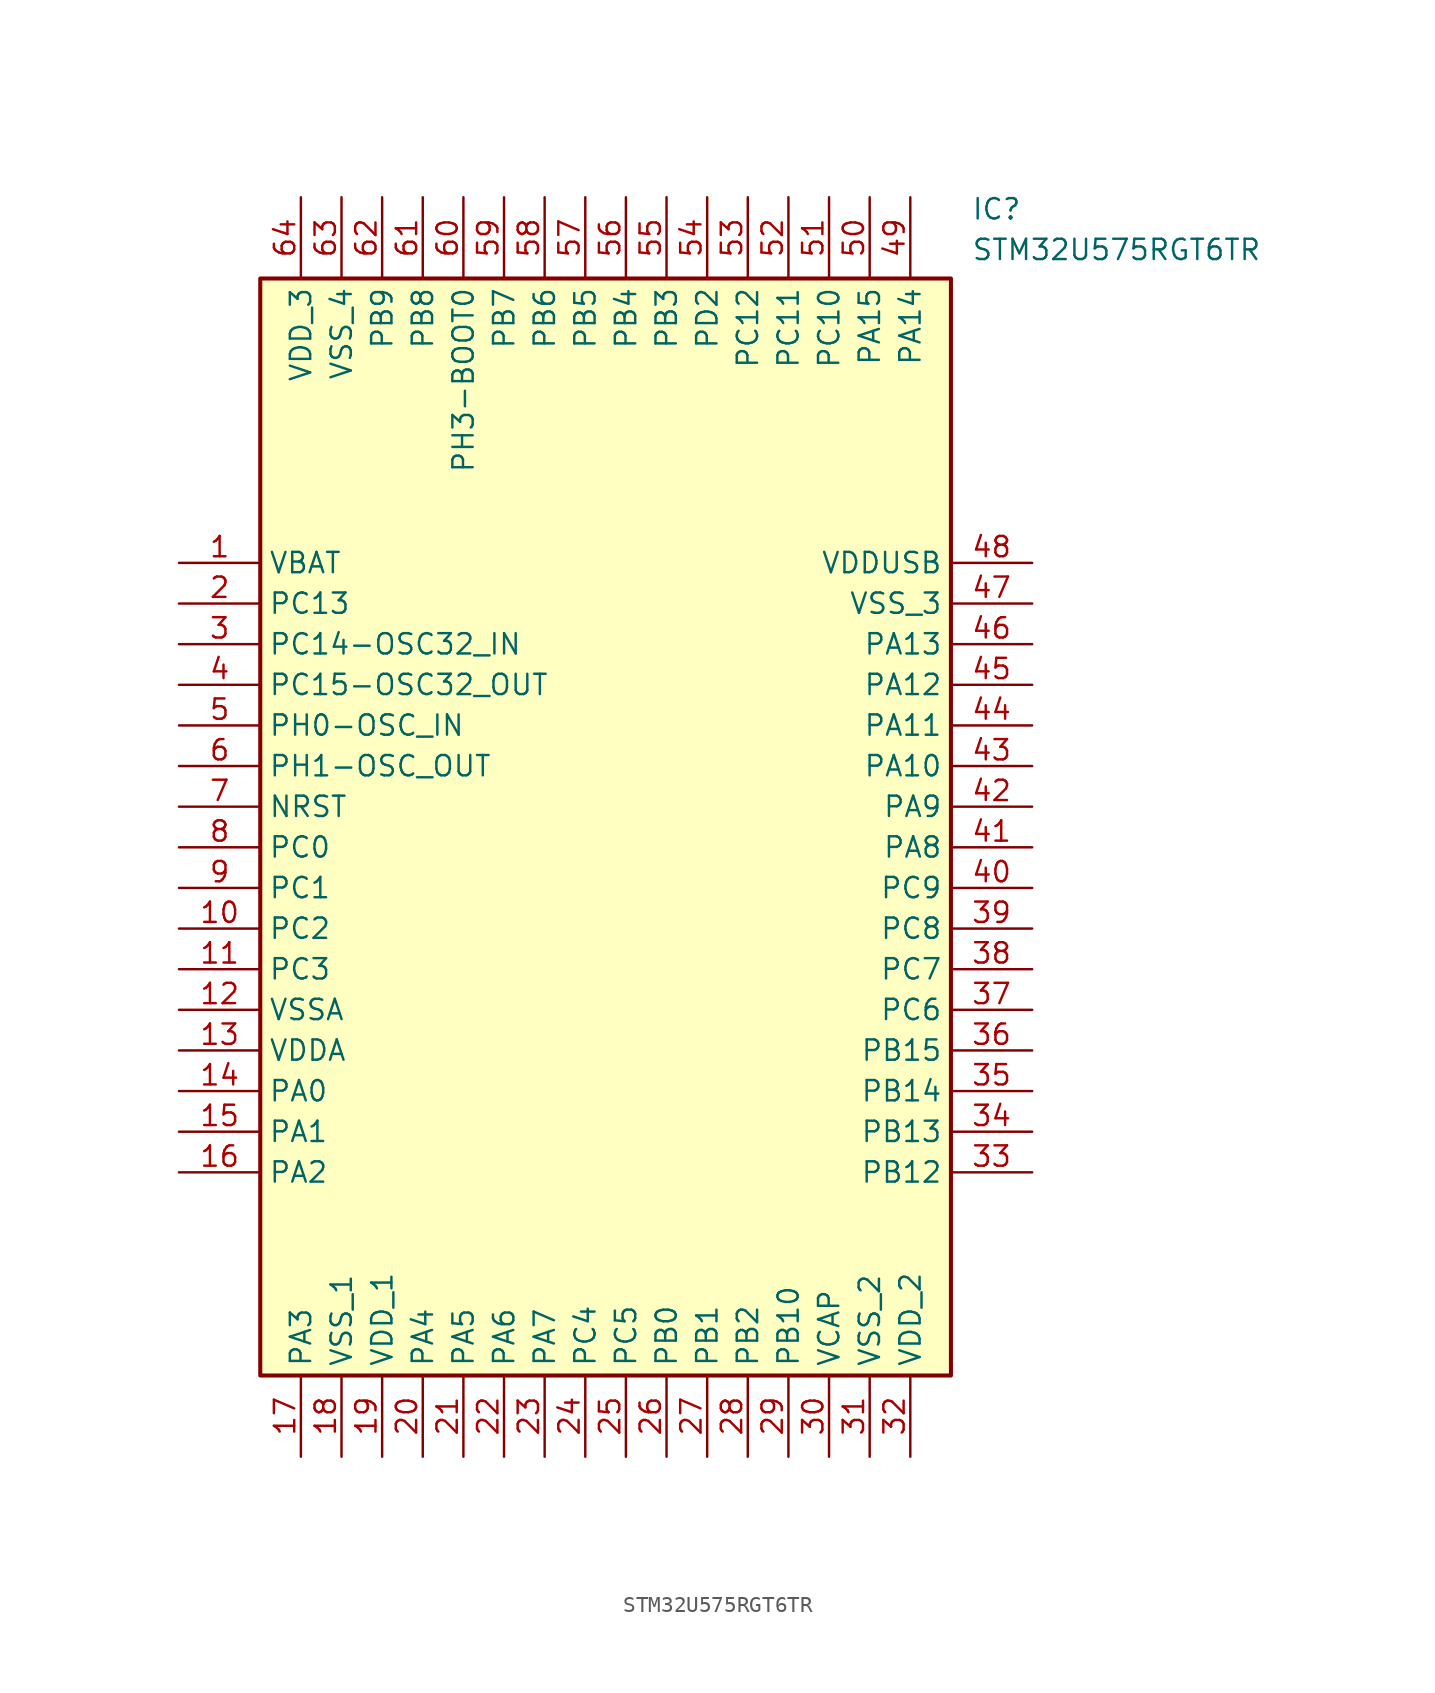
<source format=kicad_sym>
(kicad_symbol_lib
  (version 20211014)
  (generator SamacSys_ECAD_Model)
  (symbol "STM32U575RGT6TR"
    (property "Reference" "IC"
      (at 49.53 22.86 0)
      (effects (font (size 1.27 1.27)) (justify left top)))
    (property "Value" "STM32U575RGT6TR"
      (at 49.53 20.32 0)
      (effects (font (size 1.27 1.27)) (justify left top)))
    (rectangle
      (start 5.08 17.78)
      (end 48.26 -50.8)
      (stroke (width 0.254) (type default))
      (fill (type background)))
    (pin passive line
      (at 0 0 0)
      (length 5.08)
      (name "VBAT" (effects (font (size 1.27 1.27))))
      (number "1" (effects (font (size 1.27 1.27)))))
    (pin passive line
      (at 0 -2.54 0)
      (length 5.08)
      (name "PC13" (effects (font (size 1.27 1.27))))
      (number "2" (effects (font (size 1.27 1.27)))))
    (pin passive line
      (at 0 -5.08 0)
      (length 5.08)
      (name "PC14-OSC32_IN" (effects (font (size 1.27 1.27))))
      (number "3" (effects (font (size 1.27 1.27)))))
    (pin passive line
      (at 0 -7.62 0)
      (length 5.08)
      (name "PC15-OSC32_OUT" (effects (font (size 1.27 1.27))))
      (number "4" (effects (font (size 1.27 1.27)))))
    (pin passive line
      (at 0 -10.16 0)
      (length 5.08)
      (name "PH0-OSC_IN" (effects (font (size 1.27 1.27))))
      (number "5" (effects (font (size 1.27 1.27)))))
    (pin passive line
      (at 0 -12.7 0)
      (length 5.08)
      (name "PH1-OSC_OUT" (effects (font (size 1.27 1.27))))
      (number "6" (effects (font (size 1.27 1.27)))))
    (pin passive line
      (at 0 -15.24 0)
      (length 5.08)
      (name "NRST" (effects (font (size 1.27 1.27))))
      (number "7" (effects (font (size 1.27 1.27)))))
    (pin passive line
      (at 0 -17.78 0)
      (length 5.08)
      (name "PC0" (effects (font (size 1.27 1.27))))
      (number "8" (effects (font (size 1.27 1.27)))))
    (pin passive line
      (at 0 -20.32 0)
      (length 5.08)
      (name "PC1" (effects (font (size 1.27 1.27))))
      (number "9" (effects (font (size 1.27 1.27)))))
    (pin passive line
      (at 0 -22.86 0)
      (length 5.08)
      (name "PC2" (effects (font (size 1.27 1.27))))
      (number "10" (effects (font (size 1.27 1.27)))))
    (pin passive line
      (at 0 -25.4 0)
      (length 5.08)
      (name "PC3" (effects (font (size 1.27 1.27))))
      (number "11" (effects (font (size 1.27 1.27)))))
    (pin passive line
      (at 0 -27.94 0)
      (length 5.08)
      (name "VSSA" (effects (font (size 1.27 1.27))))
      (number "12" (effects (font (size 1.27 1.27)))))
    (pin passive line
      (at 0 -30.48 0)
      (length 5.08)
      (name "VDDA" (effects (font (size 1.27 1.27))))
      (number "13" (effects (font (size 1.27 1.27)))))
    (pin passive line
      (at 0 -33.02 0)
      (length 5.08)
      (name "PA0" (effects (font (size 1.27 1.27))))
      (number "14" (effects (font (size 1.27 1.27)))))
    (pin passive line
      (at 0 -35.56 0)
      (length 5.08)
      (name "PA1" (effects (font (size 1.27 1.27))))
      (number "15" (effects (font (size 1.27 1.27)))))
    (pin passive line
      (at 0 -38.1 0)
      (length 5.08)
      (name "PA2" (effects (font (size 1.27 1.27))))
      (number "16" (effects (font (size 1.27 1.27)))))
    (pin passive line
      (at 7.62 -55.88 90)
      (length 5.08)
      (name "PA3" (effects (font (size 1.27 1.27))))
      (number "17" (effects (font (size 1.27 1.27)))))
    (pin passive line
      (at 10.16 -55.88 90)
      (length 5.08)
      (name "VSS_1" (effects (font (size 1.27 1.27))))
      (number "18" (effects (font (size 1.27 1.27)))))
    (pin passive line
      (at 12.7 -55.88 90)
      (length 5.08)
      (name "VDD_1" (effects (font (size 1.27 1.27))))
      (number "19" (effects (font (size 1.27 1.27)))))
    (pin passive line
      (at 15.24 -55.88 90)
      (length 5.08)
      (name "PA4" (effects (font (size 1.27 1.27))))
      (number "20" (effects (font (size 1.27 1.27)))))
    (pin passive line
      (at 17.78 -55.88 90)
      (length 5.08)
      (name "PA5" (effects (font (size 1.27 1.27))))
      (number "21" (effects (font (size 1.27 1.27)))))
    (pin passive line
      (at 20.32 -55.88 90)
      (length 5.08)
      (name "PA6" (effects (font (size 1.27 1.27))))
      (number "22" (effects (font (size 1.27 1.27)))))
    (pin passive line
      (at 22.86 -55.88 90)
      (length 5.08)
      (name "PA7" (effects (font (size 1.27 1.27))))
      (number "23" (effects (font (size 1.27 1.27)))))
    (pin passive line
      (at 25.4 -55.88 90)
      (length 5.08)
      (name "PC4" (effects (font (size 1.27 1.27))))
      (number "24" (effects (font (size 1.27 1.27)))))
    (pin passive line
      (at 27.94 -55.88 90)
      (length 5.08)
      (name "PC5" (effects (font (size 1.27 1.27))))
      (number "25" (effects (font (size 1.27 1.27)))))
    (pin passive line
      (at 30.48 -55.88 90)
      (length 5.08)
      (name "PB0" (effects (font (size 1.27 1.27))))
      (number "26" (effects (font (size 1.27 1.27)))))
    (pin passive line
      (at 33.02 -55.88 90)
      (length 5.08)
      (name "PB1" (effects (font (size 1.27 1.27))))
      (number "27" (effects (font (size 1.27 1.27)))))
    (pin passive line
      (at 35.56 -55.88 90)
      (length 5.08)
      (name "PB2" (effects (font (size 1.27 1.27))))
      (number "28" (effects (font (size 1.27 1.27)))))
    (pin passive line
      (at 38.1 -55.88 90)
      (length 5.08)
      (name "PB10" (effects (font (size 1.27 1.27))))
      (number "29" (effects (font (size 1.27 1.27)))))
    (pin passive line
      (at 40.64 -55.88 90)
      (length 5.08)
      (name "VCAP" (effects (font (size 1.27 1.27))))
      (number "30" (effects (font (size 1.27 1.27)))))
    (pin passive line
      (at 43.18 -55.88 90)
      (length 5.08)
      (name "VSS_2" (effects (font (size 1.27 1.27))))
      (number "31" (effects (font (size 1.27 1.27)))))
    (pin passive line
      (at 45.72 -55.88 90)
      (length 5.08)
      (name "VDD_2" (effects (font (size 1.27 1.27))))
      (number "32" (effects (font (size 1.27 1.27)))))
    (pin passive line
      (at 53.34 0 180)
      (length 5.08)
      (name "VDDUSB" (effects (font (size 1.27 1.27))))
      (number "48" (effects (font (size 1.27 1.27)))))
    (pin passive line
      (at 53.34 -2.54 180)
      (length 5.08)
      (name "VSS_3" (effects (font (size 1.27 1.27))))
      (number "47" (effects (font (size 1.27 1.27)))))
    (pin passive line
      (at 53.34 -5.08 180)
      (length 5.08)
      (name "PA13" (effects (font (size 1.27 1.27))))
      (number "46" (effects (font (size 1.27 1.27)))))
    (pin passive line
      (at 53.34 -7.62 180)
      (length 5.08)
      (name "PA12" (effects (font (size 1.27 1.27))))
      (number "45" (effects (font (size 1.27 1.27)))))
    (pin passive line
      (at 53.34 -10.16 180)
      (length 5.08)
      (name "PA11" (effects (font (size 1.27 1.27))))
      (number "44" (effects (font (size 1.27 1.27)))))
    (pin passive line
      (at 53.34 -12.7 180)
      (length 5.08)
      (name "PA10" (effects (font (size 1.27 1.27))))
      (number "43" (effects (font (size 1.27 1.27)))))
    (pin passive line
      (at 53.34 -15.24 180)
      (length 5.08)
      (name "PA9" (effects (font (size 1.27 1.27))))
      (number "42" (effects (font (size 1.27 1.27)))))
    (pin passive line
      (at 53.34 -17.78 180)
      (length 5.08)
      (name "PA8" (effects (font (size 1.27 1.27))))
      (number "41" (effects (font (size 1.27 1.27)))))
    (pin passive line
      (at 53.34 -20.32 180)
      (length 5.08)
      (name "PC9" (effects (font (size 1.27 1.27))))
      (number "40" (effects (font (size 1.27 1.27)))))
    (pin passive line
      (at 53.34 -22.86 180)
      (length 5.08)
      (name "PC8" (effects (font (size 1.27 1.27))))
      (number "39" (effects (font (size 1.27 1.27)))))
    (pin passive line
      (at 53.34 -25.4 180)
      (length 5.08)
      (name "PC7" (effects (font (size 1.27 1.27))))
      (number "38" (effects (font (size 1.27 1.27)))))
    (pin passive line
      (at 53.34 -27.94 180)
      (length 5.08)
      (name "PC6" (effects (font (size 1.27 1.27))))
      (number "37" (effects (font (size 1.27 1.27)))))
    (pin passive line
      (at 53.34 -30.48 180)
      (length 5.08)
      (name "PB15" (effects (font (size 1.27 1.27))))
      (number "36" (effects (font (size 1.27 1.27)))))
    (pin passive line
      (at 53.34 -33.02 180)
      (length 5.08)
      (name "PB14" (effects (font (size 1.27 1.27))))
      (number "35" (effects (font (size 1.27 1.27)))))
    (pin passive line
      (at 53.34 -35.56 180)
      (length 5.08)
      (name "PB13" (effects (font (size 1.27 1.27))))
      (number "34" (effects (font (size 1.27 1.27)))))
    (pin passive line
      (at 53.34 -38.1 180)
      (length 5.08)
      (name "PB12" (effects (font (size 1.27 1.27))))
      (number "33" (effects (font (size 1.27 1.27)))))
    (pin passive line
      (at 7.62 22.86 270)
      (length 5.08)
      (name "VDD_3" (effects (font (size 1.27 1.27))))
      (number "64" (effects (font (size 1.27 1.27)))))
    (pin passive line
      (at 10.16 22.86 270)
      (length 5.08)
      (name "VSS_4" (effects (font (size 1.27 1.27))))
      (number "63" (effects (font (size 1.27 1.27)))))
    (pin passive line
      (at 12.7 22.86 270)
      (length 5.08)
      (name "PB9" (effects (font (size 1.27 1.27))))
      (number "62" (effects (font (size 1.27 1.27)))))
    (pin passive line
      (at 15.24 22.86 270)
      (length 5.08)
      (name "PB8" (effects (font (size 1.27 1.27))))
      (number "61" (effects (font (size 1.27 1.27)))))
    (pin passive line
      (at 17.78 22.86 270)
      (length 5.08)
      (name "PH3-BOOT0" (effects (font (size 1.27 1.27))))
      (number "60" (effects (font (size 1.27 1.27)))))
    (pin passive line
      (at 20.32 22.86 270)
      (length 5.08)
      (name "PB7" (effects (font (size 1.27 1.27))))
      (number "59" (effects (font (size 1.27 1.27)))))
    (pin passive line
      (at 22.86 22.86 270)
      (length 5.08)
      (name "PB6" (effects (font (size 1.27 1.27))))
      (number "58" (effects (font (size 1.27 1.27)))))
    (pin passive line
      (at 25.4 22.86 270)
      (length 5.08)
      (name "PB5" (effects (font (size 1.27 1.27))))
      (number "57" (effects (font (size 1.27 1.27)))))
    (pin passive line
      (at 27.94 22.86 270)
      (length 5.08)
      (name "PB4" (effects (font (size 1.27 1.27))))
      (number "56" (effects (font (size 1.27 1.27)))))
    (pin passive line
      (at 30.48 22.86 270)
      (length 5.08)
      (name "PB3" (effects (font (size 1.27 1.27))))
      (number "55" (effects (font (size 1.27 1.27)))))
    (pin passive line
      (at 33.02 22.86 270)
      (length 5.08)
      (name "PD2" (effects (font (size 1.27 1.27))))
      (number "54" (effects (font (size 1.27 1.27)))))
    (pin passive line
      (at 35.56 22.86 270)
      (length 5.08)
      (name "PC12" (effects (font (size 1.27 1.27))))
      (number "53" (effects (font (size 1.27 1.27)))))
    (pin passive line
      (at 38.1 22.86 270)
      (length 5.08)
      (name "PC11" (effects (font (size 1.27 1.27))))
      (number "52" (effects (font (size 1.27 1.27)))))
    (pin passive line
      (at 40.64 22.86 270)
      (length 5.08)
      (name "PC10" (effects (font (size 1.27 1.27))))
      (number "51" (effects (font (size 1.27 1.27)))))
    (pin passive line
      (at 43.18 22.86 270)
      (length 5.08)
      (name "PA15" (effects (font (size 1.27 1.27))))
      (number "50" (effects (font (size 1.27 1.27)))))
    (pin passive line
      (at 45.72 22.86 270)
      (length 5.08)
      (name "PA14" (effects (font (size 1.27 1.27))))
      (number "49" (effects (font (size 1.27 1.27)))))))
</source>
